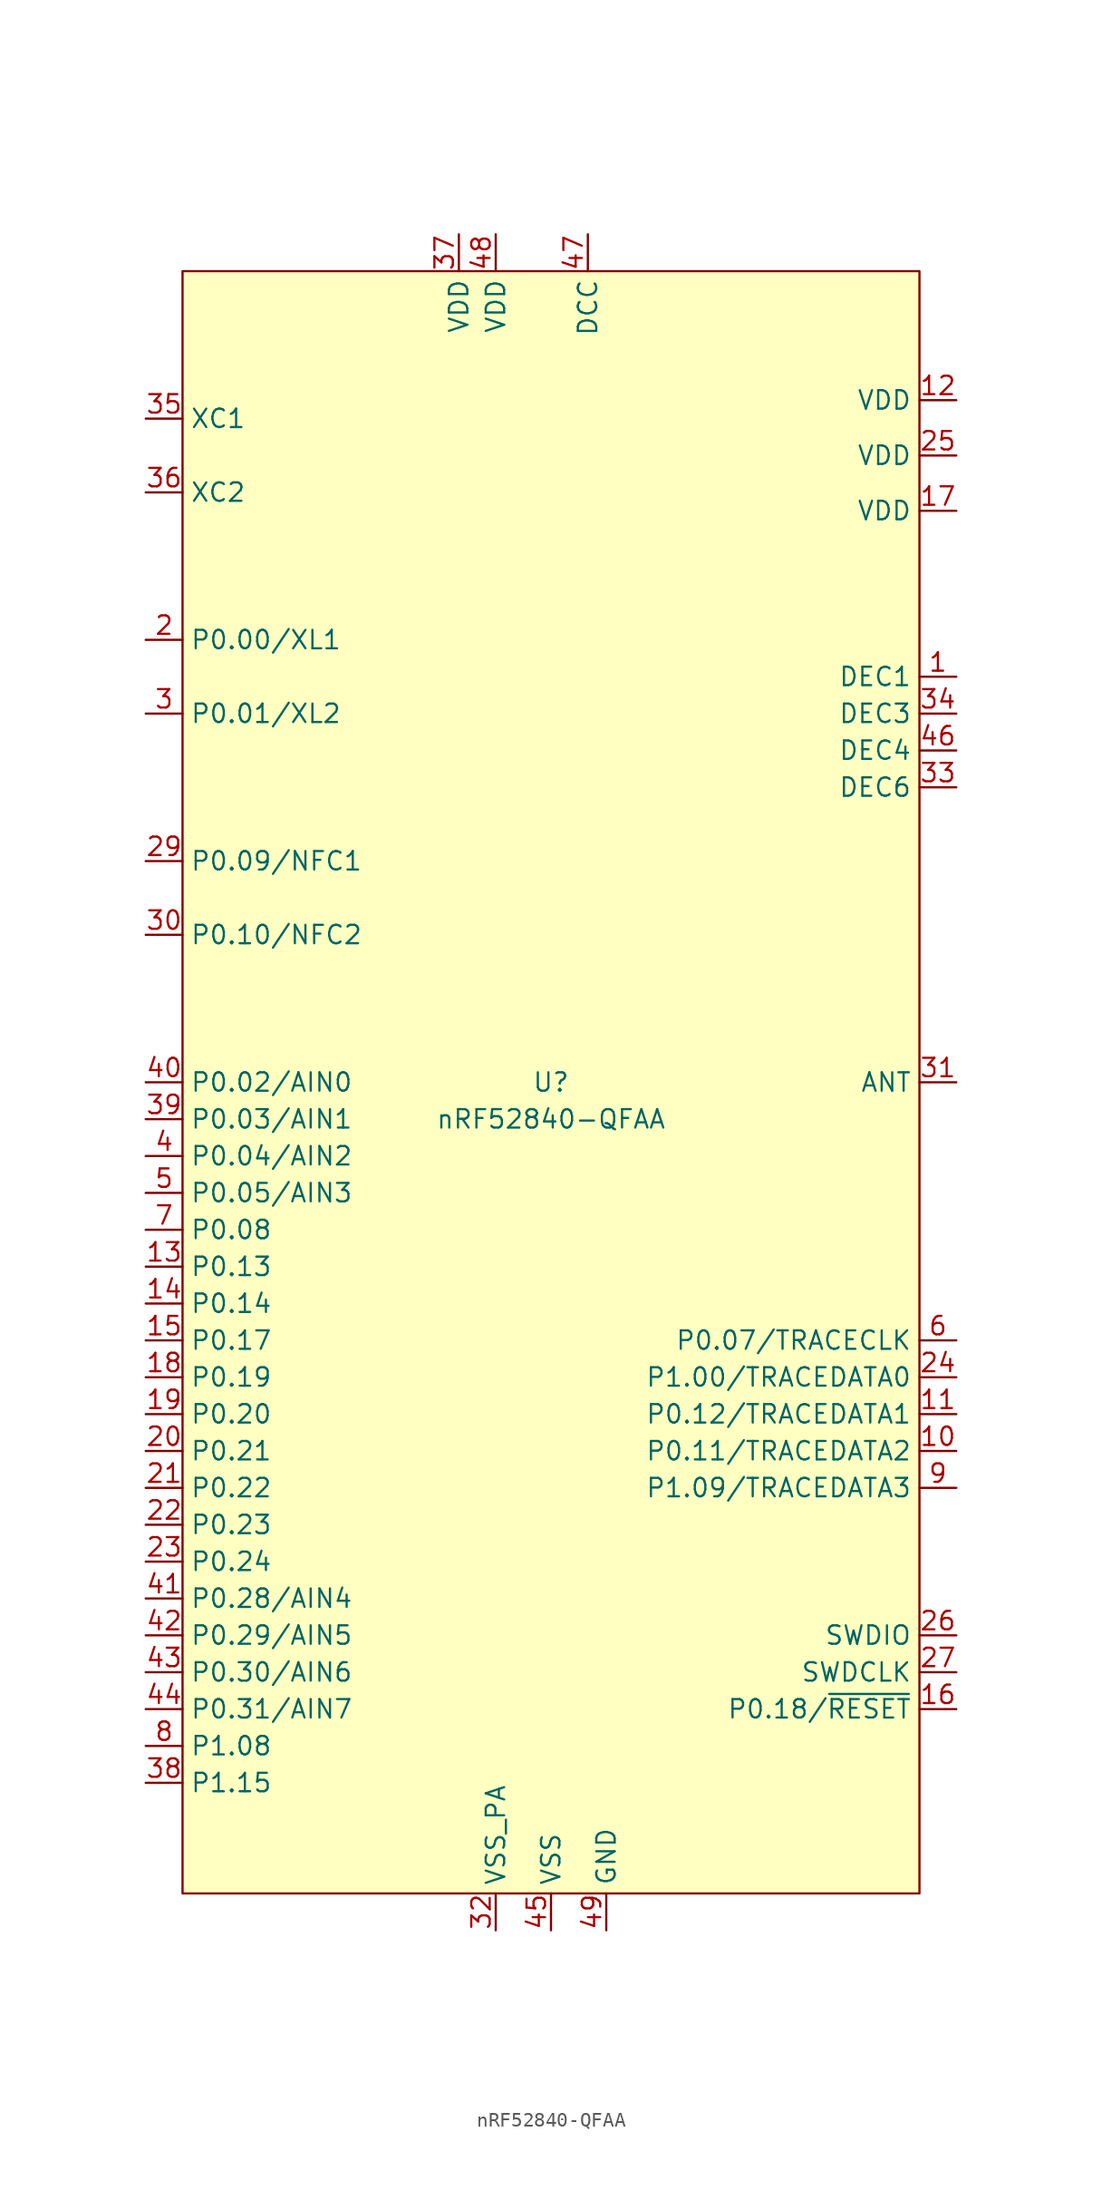
<source format=kicad_sym>
(kicad_symbol_lib
  (version 20220914)
  (generator kicad_symbol_editor)
  (symbol "nRF52840-QFAA"
    (property "Reference" "U"
      (at 0 0 0)
      (do_not_autoplace)
      (effects (font (size 1.27 1.27))))
    (property "Value" "nRF52840-QFAA"
      (at 0 -2.54 0)
      (effects (font (size 1.27 1.27))))
    (symbol "nRF52840-QFAA_0_0"
      (pin unspecified line (at 27.94 -25.4 180) (length 2.54) (name "P0.11/TRACEDATA2" (effects (font (size 1.27 1.27)))) (number "10" (effects (font (size 1.27 1.27)))))
      (pin unspecified line (at 27.94 -22.86 180) (length 2.54) (name "P0.12/TRACEDATA1" (effects (font (size 1.27 1.27)))) (number "11" (effects (font (size 1.27 1.27)))))
      (pin unspecified line (at -27.94 -12.7 0) (length 2.54) (name "P0.13" (effects (font (size 1.27 1.27)))) (number "13" (effects (font (size 1.27 1.27)))))
      (pin unspecified line (at -27.94 -15.24 0) (length 2.54) (name "P0.14" (effects (font (size 1.27 1.27)))) (number "14" (effects (font (size 1.27 1.27)))))
      (pin unspecified line (at -27.94 -17.78 0) (length 2.54) (name "P0.17" (effects (font (size 1.27 1.27)))) (number "15" (effects (font (size 1.27 1.27)))))
      (pin unspecified line (at 27.94 39.37 180) (length 2.54) (name "VDD" (effects (font (size 1.27 1.27)))) (number "17" (effects (font (size 1.27 1.27)))))
      (pin unspecified line (at -27.94 -20.32 0) (length 2.54) (name "P0.19" (effects (font (size 1.27 1.27)))) (number "18" (effects (font (size 1.27 1.27)))))
      (pin unspecified line (at -27.94 -22.86 0) (length 2.54) (name "P0.20" (effects (font (size 1.27 1.27)))) (number "19" (effects (font (size 1.27 1.27)))))
      (pin unspecified line (at -27.94 30.48 0) (length 2.54) (name "P0.00/XL1" (effects (font (size 1.27 1.27)))) (number "2" (effects (font (size 1.27 1.27)))))
      (pin unspecified line (at -27.94 -25.4 0) (length 2.54) (name "P0.21" (effects (font (size 1.27 1.27)))) (number "20" (effects (font (size 1.27 1.27)))))
      (pin unspecified line (at -27.94 -27.94 0) (length 2.54) (name "P0.22" (effects (font (size 1.27 1.27)))) (number "21" (effects (font (size 1.27 1.27)))))
      (pin unspecified line (at -27.94 -30.48 0) (length 2.54) (name "P0.23" (effects (font (size 1.27 1.27)))) (number "22" (effects (font (size 1.27 1.27)))))
      (pin unspecified line (at -27.94 -33.02 0) (length 2.54) (name "P0.24" (effects (font (size 1.27 1.27)))) (number "23" (effects (font (size 1.27 1.27)))))
      (pin unspecified line (at 27.94 -20.32 180) (length 2.54) (name "P1.00/TRACEDATA0" (effects (font (size 1.27 1.27)))) (number "24" (effects (font (size 1.27 1.27)))))
      (pin unspecified line (at 27.94 -38.1 180) (length 2.54) (name "SWDIO" (effects (font (size 1.27 1.27)))) (number "26" (effects (font (size 1.27 1.27)))))
      (pin unspecified line (at 27.94 -40.64 180) (length 2.54) (name "SWDCLK" (effects (font (size 1.27 1.27)))) (number "27" (effects (font (size 1.27 1.27)))))
      (pin unspecified line (at -27.94 15.24 0) (length 2.54) (name "P0.09/NFC1" (effects (font (size 1.27 1.27)))) (number "29" (effects (font (size 1.27 1.27)))))
      (pin unspecified line (at -27.94 25.4 0) (length 2.54) (name "P0.01/XL2" (effects (font (size 1.27 1.27)))) (number "3" (effects (font (size 1.27 1.27)))))
      (pin unspecified line (at -27.94 10.16 0) (length 2.54) (name "P0.10/NFC2" (effects (font (size 1.27 1.27)))) (number "30" (effects (font (size 1.27 1.27)))))
      (pin unspecified line (at 27.94 0 180) (length 2.54) (name "ANT" (effects (font (size 1.27 1.27)))) (number "31" (effects (font (size 1.27 1.27)))))
      (pin unspecified line (at -27.94 45.72 0) (length 2.54) (name "XC1" (effects (font (size 1.27 1.27)))) (number "35" (effects (font (size 1.27 1.27)))))
      (pin unspecified line (at -27.94 40.64 0) (length 2.54) (name "XC2" (effects (font (size 1.27 1.27)))) (number "36" (effects (font (size 1.27 1.27)))))
      (pin unspecified line (at -27.94 -48.26 0) (length 2.54) (name "P1.15" (effects (font (size 1.27 1.27)))) (number "38" (effects (font (size 1.27 1.27)))))
      (pin unspecified line (at -27.94 -2.54 0) (length 2.54) (name "P0.03/AIN1" (effects (font (size 1.27 1.27)))) (number "39" (effects (font (size 1.27 1.27)))))
      (pin unspecified line (at -27.94 -5.08 0) (length 2.54) (name "P0.04/AIN2" (effects (font (size 1.27 1.27)))) (number "4" (effects (font (size 1.27 1.27)))))
      (pin unspecified line (at -27.94 0 0) (length 2.54) (name "P0.02/AIN0" (effects (font (size 1.27 1.27)))) (number "40" (effects (font (size 1.27 1.27)))))
      (pin unspecified line (at -27.94 -35.56 0) (length 2.54) (name "P0.28/AIN4" (effects (font (size 1.27 1.27)))) (number "41" (effects (font (size 1.27 1.27)))))
      (pin unspecified line (at -27.94 -38.1 0) (length 2.54) (name "P0.29/AIN5" (effects (font (size 1.27 1.27)))) (number "42" (effects (font (size 1.27 1.27)))))
      (pin unspecified line (at -27.94 -40.64 0) (length 2.54) (name "P0.30/AIN6" (effects (font (size 1.27 1.27)))) (number "43" (effects (font (size 1.27 1.27)))))
      (pin unspecified line (at -27.94 -43.18 0) (length 2.54) (name "P0.31/AIN7" (effects (font (size 1.27 1.27)))) (number "44" (effects (font (size 1.27 1.27)))))
      (pin unspecified line (at 0 -58.42 90) (length 2.54) (name "VSS" (effects (font (size 1.27 1.27)))) (number "45" (effects (font (size 1.27 1.27)))))
      (pin unspecified line (at 2.54 58.42 270) (length 2.54) (name "DCC" (effects (font (size 1.27 1.27)))) (number "47" (effects (font (size 1.27 1.27)))))
      (pin unspecified line (at -27.94 -7.62 0) (length 2.54) (name "P0.05/AIN3" (effects (font (size 1.27 1.27)))) (number "5" (effects (font (size 1.27 1.27)))))
      (pin unspecified line (at 27.94 -17.78 180) (length 2.54) (name "P0.07/TRACECLK" (effects (font (size 1.27 1.27)))) (number "6" (effects (font (size 1.27 1.27)))))
      (pin unspecified line (at -27.94 -10.16 0) (length 2.54) (name "P0.08" (effects (font (size 1.27 1.27)))) (number "7" (effects (font (size 1.27 1.27)))))
      (pin unspecified line (at -27.94 -45.72 0) (length 2.54) (name "P1.08" (effects (font (size 1.27 1.27)))) (number "8" (effects (font (size 1.27 1.27)))))
      (pin unspecified line (at 27.94 -27.94 180) (length 2.54) (name "P1.09/TRACEDATA3" (effects (font (size 1.27 1.27)))) (number "9" (effects (font (size 1.27 1.27))))))
    (symbol "nRF52840-QFAA_1_0"
      (pin unspecified line (at 27.94 27.94 180) (length 2.54) (name "DEC1" (effects (font (size 1.27 1.27)))) (number "1" (effects (font (size 1.27 1.27)))))
      (pin unspecified line (at 27.94 46.99 180) (length 2.54) (name "VDD" (effects (font (size 1.27 1.27)))) (number "12" (effects (font (size 1.27 1.27)))))
      (pin unspecified line (at 27.94 -43.18 180) (length 2.54) (name "P0.18/~{RESET}" (effects (font (size 1.27 1.27)))) (number "16" (effects (font (size 1.27 1.27)))))
      (pin unspecified line (at 27.94 43.18 180) (length 2.54) (name "VDD" (effects (font (size 1.27 1.27)))) (number "25" (effects (font (size 1.27 1.27)))))
      (pin no_connect line (at 0 -38.1 90) (length 2.54) hide (name "NC" (effects (font (size 1.27 1.27)))) (number "28" (effects (font (size 1.27 1.27)))))
      (pin unspecified line (at -3.81 -58.42 90) (length 2.54) (name "VSS_PA" (effects (font (size 1.27 1.27)))) (number "32" (effects (font (size 1.27 1.27)))))
      (pin unspecified line (at 27.94 20.32 180) (length 2.54) (name "DEC6" (effects (font (size 1.27 1.27)))) (number "33" (effects (font (size 1.27 1.27)))))
      (pin unspecified line (at 27.94 25.4 180) (length 2.54) (name "DEC3" (effects (font (size 1.27 1.27)))) (number "34" (effects (font (size 1.27 1.27)))))
      (pin unspecified line (at -6.35 58.42 270) (length 2.54) (name "VDD" (effects (font (size 1.27 1.27)))) (number "37" (effects (font (size 1.27 1.27)))))
      (pin unspecified line (at 27.94 22.86 180) (length 2.54) (name "DEC4" (effects (font (size 1.27 1.27)))) (number "46" (effects (font (size 1.27 1.27)))))
      (pin unspecified line (at -3.81 58.42 270) (length 2.54) (name "VDD" (effects (font (size 1.27 1.27)))) (number "48" (effects (font (size 1.27 1.27)))))
      (pin unspecified line (at 3.81 -58.42 90) (length 2.54) (name "GND" (effects (font (size 1.27 1.27)))) (number "49" (effects (font (size 1.27 1.27))))))
    (symbol "nRF52840-QFAA_1_1"
      (rectangle (start -25.4 55.88) (end 25.4 -55.88) (stroke (width 0) (type default)) (fill (type background))))))
</source>
